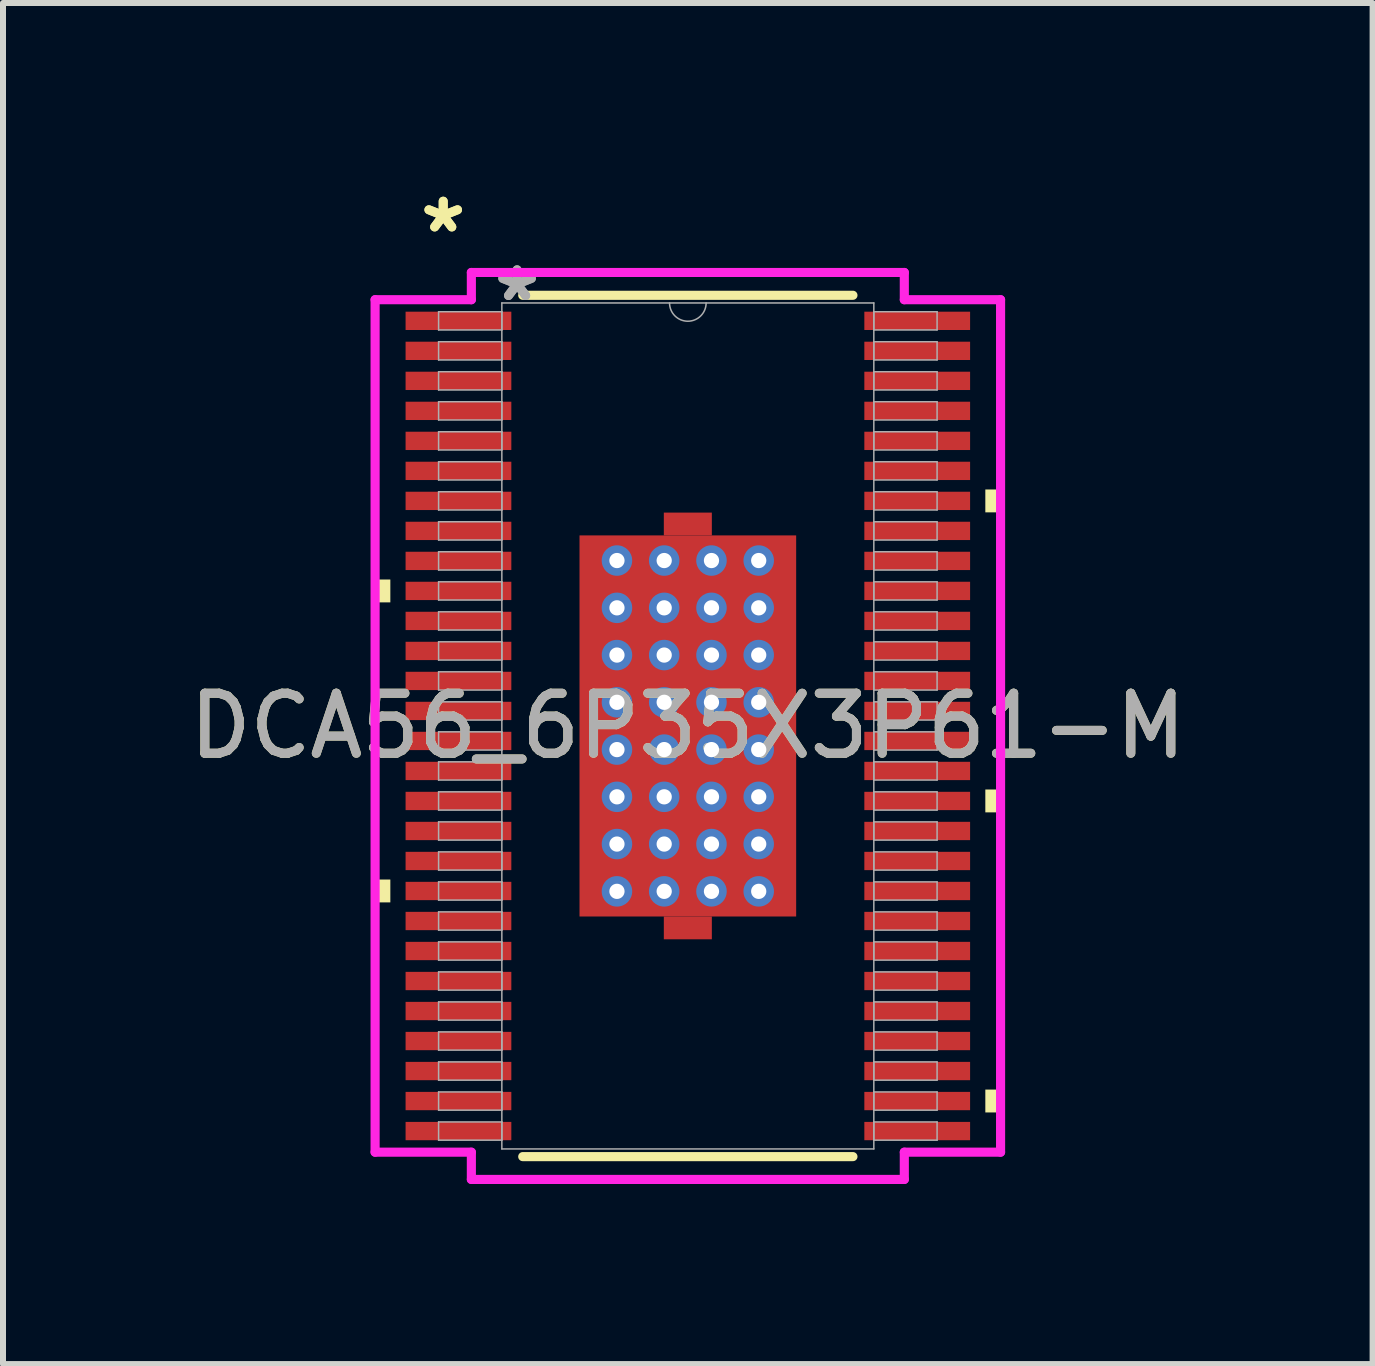
<source format=kicad_pcb>
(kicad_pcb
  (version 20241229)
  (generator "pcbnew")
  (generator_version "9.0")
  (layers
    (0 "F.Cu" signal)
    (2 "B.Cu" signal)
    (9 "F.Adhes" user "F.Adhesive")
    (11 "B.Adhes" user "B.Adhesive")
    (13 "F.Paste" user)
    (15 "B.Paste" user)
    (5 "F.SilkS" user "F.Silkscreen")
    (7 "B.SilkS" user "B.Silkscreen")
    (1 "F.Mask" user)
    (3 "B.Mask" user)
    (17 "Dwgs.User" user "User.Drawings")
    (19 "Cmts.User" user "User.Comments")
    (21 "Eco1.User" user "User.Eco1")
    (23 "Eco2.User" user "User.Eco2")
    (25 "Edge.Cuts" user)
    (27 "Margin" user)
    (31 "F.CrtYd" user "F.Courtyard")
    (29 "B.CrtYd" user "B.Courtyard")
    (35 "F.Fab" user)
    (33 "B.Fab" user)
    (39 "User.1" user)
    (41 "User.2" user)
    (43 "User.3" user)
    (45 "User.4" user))
  (footprint "DCA56_6P35X3P61-M"
    (layer "F.Cu")
    (at 8.411 9.046)
    (property "Reference" "DCA56_6P35X3P61-M" (at 0 0 0) (unlocked yes) (layer "F.SilkS") (effects (font (size 1 1) (thickness 0.15))))
    (attr smd)
    (fp_poly (pts (xy -0.4 -3.175) (xy -0.4 -3.555) (xy 0.4 -3.555) (xy 0.4 -3.175)) (stroke (width 0) (type solid)) (fill yes) (layer "F.Cu"))
    (fp_poly (pts (xy -0.4 3.175) (xy -0.4 3.555) (xy 0.4 3.555) (xy 0.4 3.175)) (stroke (width 0) (type solid)) (fill yes) (layer "F.Cu"))
    (fp_poly (pts (xy -1.869 -3.239) (xy -1.381 -3.239) (xy -1.381 3.239) (xy -1.869 3.239)) (stroke (width 0) (type solid)) (fill yes) (layer "F.Mask"))
    (fp_poly (pts (xy -1.869 -3.239) (xy 1.869 -3.239) (xy 1.869 -2.956) (xy -1.869 -2.956)) (stroke (width 0) (type solid)) (fill yes) (layer "F.Mask"))
    (fp_poly (pts (xy -1.869 -2.556) (xy 1.869 -2.556) (xy 1.869 -2.168) (xy -1.869 -2.168)) (stroke (width 0) (type solid)) (fill yes) (layer "F.Mask"))
    (fp_poly (pts (xy -1.869 -1.768) (xy 1.869 -1.768) (xy 1.869 -1.381) (xy -1.869 -1.381)) (stroke (width 0) (type solid)) (fill yes) (layer "F.Mask"))
    (fp_poly (pts (xy -1.869 -0.981) (xy 1.869 -0.981) (xy 1.869 -0.594) (xy -1.869 -0.594)) (stroke (width 0) (type solid)) (fill yes) (layer "F.Mask"))
    (fp_poly (pts (xy -1.869 -0.194) (xy 1.869 -0.194) (xy 1.869 0.194) (xy -1.869 0.194)) (stroke (width 0) (type solid)) (fill yes) (layer "F.Mask"))
    (fp_poly (pts (xy -1.869 0.594) (xy 1.869 0.594) (xy 1.869 0.981) (xy -1.869 0.981)) (stroke (width 0) (type solid)) (fill yes) (layer "F.Mask"))
    (fp_poly (pts (xy -1.869 1.381) (xy 1.869 1.381) (xy 1.869 1.768) (xy -1.869 1.768)) (stroke (width 0) (type solid)) (fill yes) (layer "F.Mask"))
    (fp_poly (pts (xy -1.869 2.168) (xy 1.869 2.168) (xy 1.869 2.556) (xy -1.869 2.556)) (stroke (width 0) (type solid)) (fill yes) (layer "F.Mask"))
    (fp_poly (pts (xy -1.869 2.956) (xy 1.869 2.956) (xy 1.869 3.239) (xy -1.869 3.239)) (stroke (width 0) (type solid)) (fill yes) (layer "F.Mask"))
    (fp_poly (pts (xy -0.594 -3.239) (xy -0.981 -3.239) (xy -0.981 3.239) (xy -0.594 3.239)) (stroke (width 0) (type solid)) (fill yes) (layer "F.Mask"))
    (fp_poly (pts (xy -0.4 -3.175) (xy -0.4 -3.555) (xy 0.4 -3.555) (xy 0.4 -3.175)) (stroke (width 0) (type solid)) (fill yes) (layer "F.Mask"))
    (fp_poly (pts (xy -0.4 3.175) (xy -0.4 3.555) (xy 0.4 3.555) (xy 0.4 3.175)) (stroke (width 0) (type solid)) (fill yes) (layer "F.Mask"))
    (fp_poly (pts (xy 0.194 -3.239) (xy -0.194 -3.239) (xy -0.194 3.239) (xy 0.194 3.239)) (stroke (width 0) (type solid)) (fill yes) (layer "F.Mask"))
    (fp_poly (pts (xy 0.981 -3.239) (xy 0.594 -3.239) (xy 0.594 3.239) (xy 0.981 3.239)) (stroke (width 0) (type solid)) (fill yes) (layer "F.Mask"))
    (fp_poly (pts (xy 1.381 -3.239) (xy 1.869 -3.239) (xy 1.869 3.239) (xy 1.381 3.239)) (stroke (width 0) (type solid)) (fill yes) (layer "F.Mask"))
    (fp_line (start -2.751 7.176) (end 2.751 7.176) (stroke (width 0.152) (type solid)) (layer "F.SilkS"))
    (fp_line (start 2.751 -7.176) (end -2.751 -7.176) (stroke (width 0.152) (type solid)) (layer "F.SilkS"))
    (fp_poly (pts (xy -5.211 -2.44) (xy -5.211 -2.059) (xy -4.957 -2.059) (xy -4.957 -2.44)) (stroke (width 0) (type solid)) (fill yes) (layer "F.SilkS"))
    (fp_poly (pts (xy -5.211 2.559) (xy -5.211 2.94) (xy -4.957 2.94) (xy -4.957 2.559)) (stroke (width 0) (type solid)) (fill yes) (layer "F.SilkS"))
    (fp_poly (pts (xy 5.211 -3.94) (xy 5.211 -3.559) (xy 4.957 -3.559) (xy 4.957 -3.94)) (stroke (width 0) (type solid)) (fill yes) (layer "F.SilkS"))
    (fp_poly (pts (xy 5.211 1.059) (xy 5.211 1.44) (xy 4.957 1.44) (xy 4.957 1.059)) (stroke (width 0) (type solid)) (fill yes) (layer "F.SilkS"))
    (fp_poly (pts (xy 5.211 6.059) (xy 5.211 6.44) (xy 4.957 6.44) (xy 4.957 6.059)) (stroke (width 0) (type solid)) (fill yes) (layer "F.SilkS"))
    (fp_poly (pts (xy -1.73 -3.1) (xy -1.73 -2.856) (xy -1.423 -2.856) (xy -1.281 -2.997) (xy -1.281 -3.1)) (stroke (width 0) (type solid)) (fill yes) (layer "F.Paste"))
    (fp_poly (pts (xy -1.73 2.856) (xy -1.73 3.1) (xy -1.281 3.1) (xy -1.281 2.997) (xy -1.423 2.856)) (stroke (width 0) (type solid)) (fill yes) (layer "F.Paste"))
    (fp_poly (pts (xy 1.281 -3.1) (xy 1.281 -2.997) (xy 1.423 -2.856) (xy 1.73 -2.856) (xy 1.73 -3.1)) (stroke (width 0) (type solid)) (fill yes) (layer "F.Paste"))
    (fp_poly (pts (xy 1.423 2.856) (xy 1.281 2.997) (xy 1.281 3.1) (xy 1.73 3.1) (xy 1.73 2.856)) (stroke (width 0) (type solid)) (fill yes) (layer "F.Paste"))
    (fp_poly (pts (xy -1.73 -2.656) (xy -1.73 -2.068) (xy -1.423 -2.068) (xy -1.281 -2.21) (xy -1.281 -2.514) (xy -1.423 -2.656)) (stroke (width 0) (type solid)) (fill yes) (layer "F.Paste"))
    (fp_poly (pts (xy -1.73 -1.869) (xy -1.73 -1.281) (xy -1.423 -1.281) (xy -1.281 -1.423) (xy -1.281 -1.727) (xy -1.423 -1.869)) (stroke (width 0) (type solid)) (fill yes) (layer "F.Paste"))
    (fp_poly (pts (xy -1.73 -1.081) (xy -1.73 -0.494) (xy -1.423 -0.494) (xy -1.281 -0.635) (xy -1.281 -0.94) (xy -1.423 -1.081)) (stroke (width 0) (type solid)) (fill yes) (layer "F.Paste"))
    (fp_poly (pts (xy -1.73 -0.294) (xy -1.73 0.294) (xy -1.423 0.294) (xy -1.281 0.152) (xy -1.281 -0.152) (xy -1.423 -0.294)) (stroke (width 0) (type solid)) (fill yes) (layer "F.Paste"))
    (fp_poly (pts (xy -1.73 0.494) (xy -1.73 1.081) (xy -1.423 1.081) (xy -1.281 0.94) (xy -1.281 0.635) (xy -1.423 0.494)) (stroke (width 0) (type solid)) (fill yes) (layer "F.Paste"))
    (fp_poly (pts (xy -1.73 1.281) (xy -1.73 1.869) (xy -1.423 1.869) (xy -1.281 1.727) (xy -1.281 1.423) (xy -1.423 1.281)) (stroke (width 0) (type solid)) (fill yes) (layer "F.Paste"))
    (fp_poly (pts (xy -1.73 2.068) (xy -1.73 2.656) (xy -1.423 2.656) (xy -1.281 2.514) (xy -1.281 2.21) (xy -1.423 2.068)) (stroke (width 0) (type solid)) (fill yes) (layer "F.Paste"))
    (fp_poly (pts (xy -1.081 -3.1) (xy -1.081 -2.997) (xy -0.94 -2.856) (xy -0.635 -2.856) (xy -0.494 -2.997) (xy -0.494 -3.1)) (stroke (width 0) (type solid)) (fill yes) (layer "F.Paste"))
    (fp_poly (pts (xy -0.94 2.856) (xy -1.081 2.997) (xy -1.081 3.1) (xy -0.494 3.1) (xy -0.494 2.997) (xy -0.635 2.856)) (stroke (width 0) (type solid)) (fill yes) (layer "F.Paste"))
    (fp_poly (pts (xy -0.294 -3.1) (xy -0.294 -2.997) (xy -0.152 -2.856) (xy 0.152 -2.856) (xy 0.294 -2.997) (xy 0.294 -3.1)) (stroke (width 0) (type solid)) (fill yes) (layer "F.Paste"))
    (fp_poly (pts (xy -0.152 2.856) (xy -0.294 2.997) (xy -0.294 3.1) (xy 0.294 3.1) (xy 0.294 2.997) (xy 0.152 2.856)) (stroke (width 0) (type solid)) (fill yes) (layer "F.Paste"))
    (fp_poly (pts (xy 0.494 -3.1) (xy 0.494 -2.997) (xy 0.635 -2.856) (xy 0.94 -2.856) (xy 1.081 -2.997) (xy 1.081 -3.1)) (stroke (width 0) (type solid)) (fill yes) (layer "F.Paste"))
    (fp_poly (pts (xy 0.635 2.856) (xy 0.494 2.997) (xy 0.494 3.1) (xy 1.081 3.1) (xy 1.081 2.997) (xy 0.94 2.856)) (stroke (width 0) (type solid)) (fill yes) (layer "F.Paste"))
    (fp_poly (pts (xy 1.423 -2.656) (xy 1.281 -2.514) (xy 1.281 -2.21) (xy 1.423 -2.068) (xy 1.73 -2.068) (xy 1.73 -2.656)) (stroke (width 0) (type solid)) (fill yes) (layer "F.Paste"))
    (fp_poly (pts (xy 1.423 -1.869) (xy 1.281 -1.727) (xy 1.281 -1.423) (xy 1.423 -1.281) (xy 1.73 -1.281) (xy 1.73 -1.869)) (stroke (width 0) (type solid)) (fill yes) (layer "F.Paste"))
    (fp_poly (pts (xy 1.423 -1.081) (xy 1.281 -0.94) (xy 1.281 -0.635) (xy 1.423 -0.494) (xy 1.73 -0.494) (xy 1.73 -1.081)) (stroke (width 0) (type solid)) (fill yes) (layer "F.Paste"))
    (fp_poly (pts (xy 1.423 -0.294) (xy 1.281 -0.152) (xy 1.281 0.152) (xy 1.423 0.294) (xy 1.73 0.294) (xy 1.73 -0.294)) (stroke (width 0) (type solid)) (fill yes) (layer "F.Paste"))
    (fp_poly (pts (xy 1.423 0.494) (xy 1.281 0.635) (xy 1.281 0.94) (xy 1.423 1.081) (xy 1.73 1.081) (xy 1.73 0.494)) (stroke (width 0) (type solid)) (fill yes) (layer "F.Paste"))
    (fp_poly (pts (xy 1.423 1.281) (xy 1.281 1.423) (xy 1.281 1.727) (xy 1.423 1.869) (xy 1.73 1.869) (xy 1.73 1.281)) (stroke (width 0) (type solid)) (fill yes) (layer "F.Paste"))
    (fp_poly (pts (xy 1.423 2.068) (xy 1.281 2.21) (xy 1.281 2.514) (xy 1.423 2.656) (xy 1.73 2.656) (xy 1.73 2.068)) (stroke (width 0) (type solid)) (fill yes) (layer "F.Paste"))
    (fp_poly (pts (xy -0.94 -2.656) (xy -1.081 -2.514) (xy -1.081 -2.21) (xy -0.94 -2.068) (xy -0.635 -2.068) (xy -0.494 -2.21) (xy -0.494 -2.514) (xy -0.635 -2.656)) (stroke (width 0) (type solid)) (fill yes) (layer "F.Paste"))
    (fp_poly (pts (xy -0.94 -1.869) (xy -1.081 -1.727) (xy -1.081 -1.423) (xy -0.94 -1.281) (xy -0.635 -1.281) (xy -0.494 -1.423) (xy -0.494 -1.727) (xy -0.635 -1.869)) (stroke (width 0) (type solid)) (fill yes) (layer "F.Paste"))
    (fp_poly (pts (xy -0.94 -1.081) (xy -1.081 -0.94) (xy -1.081 -0.635) (xy -0.94 -0.494) (xy -0.635 -0.494) (xy -0.494 -0.635) (xy -0.494 -0.94) (xy -0.635 -1.081)) (stroke (width 0) (type solid)) (fill yes) (layer "F.Paste"))
    (fp_poly (pts (xy -0.94 -0.294) (xy -1.081 -0.152) (xy -1.081 0.152) (xy -0.94 0.294) (xy -0.635 0.294) (xy -0.494 0.152) (xy -0.494 -0.152) (xy -0.635 -0.294)) (stroke (width 0) (type solid)) (fill yes) (layer "F.Paste"))
    (fp_poly (pts (xy -0.94 0.494) (xy -1.081 0.635) (xy -1.081 0.94) (xy -0.94 1.081) (xy -0.635 1.081) (xy -0.494 0.94) (xy -0.494 0.635) (xy -0.635 0.494)) (stroke (width 0) (type solid)) (fill yes) (layer "F.Paste"))
    (fp_poly (pts (xy -0.94 1.281) (xy -1.081 1.423) (xy -1.081 1.727) (xy -0.94 1.869) (xy -0.635 1.869) (xy -0.494 1.727) (xy -0.494 1.423) (xy -0.635 1.281)) (stroke (width 0) (type solid)) (fill yes) (layer "F.Paste"))
    (fp_poly (pts (xy -0.94 2.068) (xy -1.081 2.21) (xy -1.081 2.514) (xy -0.94 2.656) (xy -0.635 2.656) (xy -0.494 2.514) (xy -0.494 2.21) (xy -0.635 2.068)) (stroke (width 0) (type solid)) (fill yes) (layer "F.Paste"))
    (fp_poly (pts (xy -0.152 -2.656) (xy -0.294 -2.514) (xy -0.294 -2.21) (xy -0.152 -2.068) (xy 0.152 -2.068) (xy 0.294 -2.21) (xy 0.294 -2.514) (xy 0.152 -2.656)) (stroke (width 0) (type solid)) (fill yes) (layer "F.Paste"))
    (fp_poly (pts (xy -0.152 -1.869) (xy -0.294 -1.727) (xy -0.294 -1.423) (xy -0.152 -1.281) (xy 0.152 -1.281) (xy 0.294 -1.423) (xy 0.294 -1.727) (xy 0.152 -1.869)) (stroke (width 0) (type solid)) (fill yes) (layer "F.Paste"))
    (fp_poly (pts (xy -0.152 -1.081) (xy -0.294 -0.94) (xy -0.294 -0.635) (xy -0.152 -0.494) (xy 0.152 -0.494) (xy 0.294 -0.635) (xy 0.294 -0.94) (xy 0.152 -1.081)) (stroke (width 0) (type solid)) (fill yes) (layer "F.Paste"))
    (fp_poly (pts (xy -0.152 -0.294) (xy -0.294 -0.152) (xy -0.294 0.152) (xy -0.152 0.294) (xy 0.152 0.294) (xy 0.294 0.152) (xy 0.294 -0.152) (xy 0.152 -0.294)) (stroke (width 0) (type solid)) (fill yes) (layer "F.Paste"))
    (fp_poly (pts (xy -0.152 0.494) (xy -0.294 0.635) (xy -0.294 0.94) (xy -0.152 1.081) (xy 0.152 1.081) (xy 0.294 0.94) (xy 0.294 0.635) (xy 0.152 0.494)) (stroke (width 0) (type solid)) (fill yes) (layer "F.Paste"))
    (fp_poly (pts (xy -0.152 1.281) (xy -0.294 1.423) (xy -0.294 1.727) (xy -0.152 1.869) (xy 0.152 1.869) (xy 0.294 1.727) (xy 0.294 1.423) (xy 0.152 1.281)) (stroke (width 0) (type solid)) (fill yes) (layer "F.Paste"))
    (fp_poly (pts (xy -0.152 2.068) (xy -0.294 2.21) (xy -0.294 2.514) (xy -0.152 2.656) (xy 0.152 2.656) (xy 0.294 2.514) (xy 0.294 2.21) (xy 0.152 2.068)) (stroke (width 0) (type solid)) (fill yes) (layer "F.Paste"))
    (fp_poly (pts (xy 0.635 -2.656) (xy 0.494 -2.514) (xy 0.494 -2.21) (xy 0.635 -2.068) (xy 0.94 -2.068) (xy 1.081 -2.21) (xy 1.081 -2.514) (xy 0.94 -2.656)) (stroke (width 0) (type solid)) (fill yes) (layer "F.Paste"))
    (fp_poly (pts (xy 0.635 -1.869) (xy 0.494 -1.727) (xy 0.494 -1.423) (xy 0.635 -1.281) (xy 0.94 -1.281) (xy 1.081 -1.423) (xy 1.081 -1.727) (xy 0.94 -1.869)) (stroke (width 0) (type solid)) (fill yes) (layer "F.Paste"))
    (fp_poly (pts (xy 0.635 -1.081) (xy 0.494 -0.94) (xy 0.494 -0.635) (xy 0.635 -0.494) (xy 0.94 -0.494) (xy 1.081 -0.635) (xy 1.081 -0.94) (xy 0.94 -1.081)) (stroke (width 0) (type solid)) (fill yes) (layer "F.Paste"))
    (fp_poly (pts (xy 0.635 -0.294) (xy 0.494 -0.152) (xy 0.494 0.152) (xy 0.635 0.294) (xy 0.94 0.294) (xy 1.081 0.152) (xy 1.081 -0.152) (xy 0.94 -0.294)) (stroke (width 0) (type solid)) (fill yes) (layer "F.Paste"))
    (fp_poly (pts (xy 0.635 0.494) (xy 0.494 0.635) (xy 0.494 0.94) (xy 0.635 1.081) (xy 0.94 1.081) (xy 1.081 0.94) (xy 1.081 0.635) (xy 0.94 0.494)) (stroke (width 0) (type solid)) (fill yes) (layer "F.Paste"))
    (fp_poly (pts (xy 0.635 1.281) (xy 0.494 1.423) (xy 0.494 1.727) (xy 0.635 1.869) (xy 0.94 1.869) (xy 1.081 1.727) (xy 1.081 1.423) (xy 0.94 1.281)) (stroke (width 0) (type solid)) (fill yes) (layer "F.Paste"))
    (fp_poly (pts (xy 0.635 2.068) (xy 0.494 2.21) (xy 0.494 2.514) (xy 0.635 2.656) (xy 0.94 2.656) (xy 1.081 2.514) (xy 1.081 2.21) (xy 0.94 2.068)) (stroke (width 0) (type solid)) (fill yes) (layer "F.Paste"))
    (fp_line (start -5.211 -7.102) (end -3.607 -7.102) (stroke (width 0.152) (type solid)) (layer "F.CrtYd"))
    (fp_line (start -5.211 7.102) (end -5.211 -7.102) (stroke (width 0.152) (type solid)) (layer "F.CrtYd"))
    (fp_line (start -5.211 7.102) (end -3.607 7.102) (stroke (width 0.152) (type solid)) (layer "F.CrtYd"))
    (fp_line (start -3.607 -7.556) (end 3.607 -7.556) (stroke (width 0.152) (type solid)) (layer "F.CrtYd"))
    (fp_line (start -3.607 -7.102) (end -3.607 -7.556) (stroke (width 0.152) (type solid)) (layer "F.CrtYd"))
    (fp_line (start -3.607 7.556) (end -3.607 7.102) (stroke (width 0.152) (type solid)) (layer "F.CrtYd"))
    (fp_line (start 3.607 -7.556) (end 3.607 -7.102) (stroke (width 0.152) (type solid)) (layer "F.CrtYd"))
    (fp_line (start 3.607 7.102) (end 3.607 7.556) (stroke (width 0.152) (type solid)) (layer "F.CrtYd"))
    (fp_line (start 3.607 7.556) (end -3.607 7.556) (stroke (width 0.152) (type solid)) (layer "F.CrtYd"))
    (fp_line (start 5.211 -7.102) (end 3.607 -7.102) (stroke (width 0.152) (type solid)) (layer "F.CrtYd"))
    (fp_line (start 5.211 -7.102) (end 5.211 7.102) (stroke (width 0.152) (type solid)) (layer "F.CrtYd"))
    (fp_line (start 5.211 7.102) (end 3.607 7.102) (stroke (width 0.152) (type solid)) (layer "F.CrtYd"))
    (fp_line (start -4.153 -6.902) (end -4.153 -6.598) (stroke (width 0.025) (type solid)) (layer "F.Fab"))
    (fp_line (start -4.153 -6.598) (end -3.099 -6.598) (stroke (width 0.025) (type solid)) (layer "F.Fab"))
    (fp_line (start -4.153 -6.402) (end -4.153 -6.098) (stroke (width 0.025) (type solid)) (layer "F.Fab"))
    (fp_line (start -4.153 -6.098) (end -3.099 -6.098) (stroke (width 0.025) (type solid)) (layer "F.Fab"))
    (fp_line (start -4.153 -5.902) (end -4.153 -5.598) (stroke (width 0.025) (type solid)) (layer "F.Fab"))
    (fp_line (start -4.153 -5.598) (end -3.099 -5.598) (stroke (width 0.025) (type solid)) (layer "F.Fab"))
    (fp_line (start -4.153 -5.402) (end -4.153 -5.098) (stroke (width 0.025) (type solid)) (layer "F.Fab"))
    (fp_line (start -4.153 -5.098) (end -3.099 -5.098) (stroke (width 0.025) (type solid)) (layer "F.Fab"))
    (fp_line (start -4.153 -4.902) (end -4.153 -4.598) (stroke (width 0.025) (type solid)) (layer "F.Fab"))
    (fp_line (start -4.153 -4.598) (end -3.099 -4.598) (stroke (width 0.025) (type solid)) (layer "F.Fab"))
    (fp_line (start -4.153 -4.402) (end -4.153 -4.098) (stroke (width 0.025) (type solid)) (layer "F.Fab"))
    (fp_line (start -4.153 -4.098) (end -3.099 -4.098) (stroke (width 0.025) (type solid)) (layer "F.Fab"))
    (fp_line (start -4.153 -3.902) (end -4.153 -3.598) (stroke (width 0.025) (type solid)) (layer "F.Fab"))
    (fp_line (start -4.153 -3.598) (end -3.099 -3.598) (stroke (width 0.025) (type solid)) (layer "F.Fab"))
    (fp_line (start -4.153 -3.402) (end -4.153 -3.098) (stroke (width 0.025) (type solid)) (layer "F.Fab"))
    (fp_line (start -4.153 -3.098) (end -3.099 -3.098) (stroke (width 0.025) (type solid)) (layer "F.Fab"))
    (fp_line (start -4.153 -2.902) (end -4.153 -2.598) (stroke (width 0.025) (type solid)) (layer "F.Fab"))
    (fp_line (start -4.153 -2.598) (end -3.099 -2.598) (stroke (width 0.025) (type solid)) (layer "F.Fab"))
    (fp_line (start -4.153 -2.402) (end -4.153 -2.098) (stroke (width 0.025) (type solid)) (layer "F.Fab"))
    (fp_line (start -4.153 -2.098) (end -3.099 -2.098) (stroke (width 0.025) (type solid)) (layer "F.Fab"))
    (fp_line (start -4.153 -1.902) (end -4.153 -1.598) (stroke (width 0.025) (type solid)) (layer "F.Fab"))
    (fp_line (start -4.153 -1.598) (end -3.099 -1.598) (stroke (width 0.025) (type solid)) (layer "F.Fab"))
    (fp_line (start -4.153 -1.402) (end -4.153 -1.098) (stroke (width 0.025) (type solid)) (layer "F.Fab"))
    (fp_line (start -4.153 -1.098) (end -3.099 -1.098) (stroke (width 0.025) (type solid)) (layer "F.Fab"))
    (fp_line (start -4.153 -0.902) (end -4.153 -0.598) (stroke (width 0.025) (type solid)) (layer "F.Fab"))
    (fp_line (start -4.153 -0.598) (end -3.099 -0.598) (stroke (width 0.025) (type solid)) (layer "F.Fab"))
    (fp_line (start -4.153 -0.402) (end -4.153 -0.098) (stroke (width 0.025) (type solid)) (layer "F.Fab"))
    (fp_line (start -4.153 -0.098) (end -3.099 -0.098) (stroke (width 0.025) (type solid)) (layer "F.Fab"))
    (fp_line (start -4.153 0.098) (end -4.153 0.402) (stroke (width 0.025) (type solid)) (layer "F.Fab"))
    (fp_line (start -4.153 0.402) (end -3.099 0.402) (stroke (width 0.025) (type solid)) (layer "F.Fab"))
    (fp_line (start -4.153 0.598) (end -4.153 0.902) (stroke (width 0.025) (type solid)) (layer "F.Fab"))
    (fp_line (start -4.153 0.902) (end -3.099 0.902) (stroke (width 0.025) (type solid)) (layer "F.Fab"))
    (fp_line (start -4.153 1.098) (end -4.153 1.402) (stroke (width 0.025) (type solid)) (layer "F.Fab"))
    (fp_line (start -4.153 1.402) (end -3.099 1.402) (stroke (width 0.025) (type solid)) (layer "F.Fab"))
    (fp_line (start -4.153 1.598) (end -4.153 1.902) (stroke (width 0.025) (type solid)) (layer "F.Fab"))
    (fp_line (start -4.153 1.902) (end -3.099 1.902) (stroke (width 0.025) (type solid)) (layer "F.Fab"))
    (fp_line (start -4.153 2.098) (end -4.153 2.402) (stroke (width 0.025) (type solid)) (layer "F.Fab"))
    (fp_line (start -4.153 2.402) (end -3.099 2.402) (stroke (width 0.025) (type solid)) (layer "F.Fab"))
    (fp_line (start -4.153 2.598) (end -4.153 2.902) (stroke (width 0.025) (type solid)) (layer "F.Fab"))
    (fp_line (start -4.153 2.902) (end -3.099 2.902) (stroke (width 0.025) (type solid)) (layer "F.Fab"))
    (fp_line (start -4.153 3.098) (end -4.153 3.402) (stroke (width 0.025) (type solid)) (layer "F.Fab"))
    (fp_line (start -4.153 3.402) (end -3.099 3.402) (stroke (width 0.025) (type solid)) (layer "F.Fab"))
    (fp_line (start -4.153 3.598) (end -4.153 3.902) (stroke (width 0.025) (type solid)) (layer "F.Fab"))
    (fp_line (start -4.153 3.902) (end -3.099 3.902) (stroke (width 0.025) (type solid)) (layer "F.Fab"))
    (fp_line (start -4.153 4.098) (end -4.153 4.402) (stroke (width 0.025) (type solid)) (layer "F.Fab"))
    (fp_line (start -4.153 4.402) (end -3.099 4.402) (stroke (width 0.025) (type solid)) (layer "F.Fab"))
    (fp_line (start -4.153 4.598) (end -4.153 4.902) (stroke (width 0.025) (type solid)) (layer "F.Fab"))
    (fp_line (start -4.153 4.902) (end -3.099 4.902) (stroke (width 0.025) (type solid)) (layer "F.Fab"))
    (fp_line (start -4.153 5.098) (end -4.153 5.402) (stroke (width 0.025) (type solid)) (layer "F.Fab"))
    (fp_line (start -4.153 5.402) (end -3.099 5.402) (stroke (width 0.025) (type solid)) (layer "F.Fab"))
    (fp_line (start -4.153 5.598) (end -4.153 5.902) (stroke (width 0.025) (type solid)) (layer "F.Fab"))
    (fp_line (start -4.153 5.902) (end -3.099 5.902) (stroke (width 0.025) (type solid)) (layer "F.Fab"))
    (fp_line (start -4.153 6.098) (end -4.153 6.402) (stroke (width 0.025) (type solid)) (layer "F.Fab"))
    (fp_line (start -4.153 6.402) (end -3.099 6.402) (stroke (width 0.025) (type solid)) (layer "F.Fab"))
    (fp_line (start -4.153 6.598) (end -4.153 6.902) (stroke (width 0.025) (type solid)) (layer "F.Fab"))
    (fp_line (start -4.153 6.902) (end -3.099 6.902) (stroke (width 0.025) (type solid)) (layer "F.Fab"))
    (fp_line (start -3.099 -7.048) (end -3.099 7.048) (stroke (width 0.025) (type solid)) (layer "F.Fab"))
    (fp_line (start -3.099 -6.902) (end -4.153 -6.902) (stroke (width 0.025) (type solid)) (layer "F.Fab"))
    (fp_line (start -3.099 -6.598) (end -3.099 -6.902) (stroke (width 0.025) (type solid)) (layer "F.Fab"))
    (fp_line (start -3.099 -6.402) (end -4.153 -6.402) (stroke (width 0.025) (type solid)) (layer "F.Fab"))
    (fp_line (start -3.099 -6.098) (end -3.099 -6.402) (stroke (width 0.025) (type solid)) (layer "F.Fab"))
    (fp_line (start -3.099 -5.902) (end -4.153 -5.902) (stroke (width 0.025) (type solid)) (layer "F.Fab"))
    (fp_line (start -3.099 -5.598) (end -3.099 -5.902) (stroke (width 0.025) (type solid)) (layer "F.Fab"))
    (fp_line (start -3.099 -5.402) (end -4.153 -5.402) (stroke (width 0.025) (type solid)) (layer "F.Fab"))
    (fp_line (start -3.099 -5.098) (end -3.099 -5.402) (stroke (width 0.025) (type solid)) (layer "F.Fab"))
    (fp_line (start -3.099 -4.902) (end -4.153 -4.902) (stroke (width 0.025) (type solid)) (layer "F.Fab"))
    (fp_line (start -3.099 -4.598) (end -3.099 -4.902) (stroke (width 0.025) (type solid)) (layer "F.Fab"))
    (fp_line (start -3.099 -4.402) (end -4.153 -4.402) (stroke (width 0.025) (type solid)) (layer "F.Fab"))
    (fp_line (start -3.099 -4.098) (end -3.099 -4.402) (stroke (width 0.025) (type solid)) (layer "F.Fab"))
    (fp_line (start -3.099 -3.902) (end -4.153 -3.902) (stroke (width 0.025) (type solid)) (layer "F.Fab"))
    (fp_line (start -3.099 -3.598) (end -3.099 -3.902) (stroke (width 0.025) (type solid)) (layer "F.Fab"))
    (fp_line (start -3.099 -3.402) (end -4.153 -3.402) (stroke (width 0.025) (type solid)) (layer "F.Fab"))
    (fp_line (start -3.099 -3.098) (end -3.099 -3.402) (stroke (width 0.025) (type solid)) (layer "F.Fab"))
    (fp_line (start -3.099 -2.902) (end -4.153 -2.902) (stroke (width 0.025) (type solid)) (layer "F.Fab"))
    (fp_line (start -3.099 -2.598) (end -3.099 -2.902) (stroke (width 0.025) (type solid)) (layer "F.Fab"))
    (fp_line (start -3.099 -2.402) (end -4.153 -2.402) (stroke (width 0.025) (type solid)) (layer "F.Fab"))
    (fp_line (start -3.099 -2.098) (end -3.099 -2.402) (stroke (width 0.025) (type solid)) (layer "F.Fab"))
    (fp_line (start -3.099 -1.902) (end -4.153 -1.902) (stroke (width 0.025) (type solid)) (layer "F.Fab"))
    (fp_line (start -3.099 -1.598) (end -3.099 -1.902) (stroke (width 0.025) (type solid)) (layer "F.Fab"))
    (fp_line (start -3.099 -1.402) (end -4.153 -1.402) (stroke (width 0.025) (type solid)) (layer "F.Fab"))
    (fp_line (start -3.099 -1.098) (end -3.099 -1.402) (stroke (width 0.025) (type solid)) (layer "F.Fab"))
    (fp_line (start -3.099 -0.902) (end -4.153 -0.902) (stroke (width 0.025) (type solid)) (layer "F.Fab"))
    (fp_line (start -3.099 -0.598) (end -3.099 -0.902) (stroke (width 0.025) (type solid)) (layer "F.Fab"))
    (fp_line (start -3.099 -0.402) (end -4.153 -0.402) (stroke (width 0.025) (type solid)) (layer "F.Fab"))
    (fp_line (start -3.099 -0.098) (end -3.099 -0.402) (stroke (width 0.025) (type solid)) (layer "F.Fab"))
    (fp_line (start -3.099 0.098) (end -4.153 0.098) (stroke (width 0.025) (type solid)) (layer "F.Fab"))
    (fp_line (start -3.099 0.402) (end -3.099 0.098) (stroke (width 0.025) (type solid)) (layer "F.Fab"))
    (fp_line (start -3.099 0.598) (end -4.153 0.598) (stroke (width 0.025) (type solid)) (layer "F.Fab"))
    (fp_line (start -3.099 0.902) (end -3.099 0.598) (stroke (width 0.025) (type solid)) (layer "F.Fab"))
    (fp_line (start -3.099 1.098) (end -4.153 1.098) (stroke (width 0.025) (type solid)) (layer "F.Fab"))
    (fp_line (start -3.099 1.402) (end -3.099 1.098) (stroke (width 0.025) (type solid)) (layer "F.Fab"))
    (fp_line (start -3.099 1.598) (end -4.153 1.598) (stroke (width 0.025) (type solid)) (layer "F.Fab"))
    (fp_line (start -3.099 1.902) (end -3.099 1.598) (stroke (width 0.025) (type solid)) (layer "F.Fab"))
    (fp_line (start -3.099 2.098) (end -4.153 2.098) (stroke (width 0.025) (type solid)) (layer "F.Fab"))
    (fp_line (start -3.099 2.402) (end -3.099 2.098) (stroke (width 0.025) (type solid)) (layer "F.Fab"))
    (fp_line (start -3.099 2.598) (end -4.153 2.598) (stroke (width 0.025) (type solid)) (layer "F.Fab"))
    (fp_line (start -3.099 2.902) (end -3.099 2.598) (stroke (width 0.025) (type solid)) (layer "F.Fab"))
    (fp_line (start -3.099 3.098) (end -4.153 3.098) (stroke (width 0.025) (type solid)) (layer "F.Fab"))
    (fp_line (start -3.099 3.402) (end -3.099 3.098) (stroke (width 0.025) (type solid)) (layer "F.Fab"))
    (fp_line (start -3.099 3.598) (end -4.153 3.598) (stroke (width 0.025) (type solid)) (layer "F.Fab"))
    (fp_line (start -3.099 3.902) (end -3.099 3.598) (stroke (width 0.025) (type solid)) (layer "F.Fab"))
    (fp_line (start -3.099 4.098) (end -4.153 4.098) (stroke (width 0.025) (type solid)) (layer "F.Fab"))
    (fp_line (start -3.099 4.402) (end -3.099 4.098) (stroke (width 0.025) (type solid)) (layer "F.Fab"))
    (fp_line (start -3.099 4.598) (end -4.153 4.598) (stroke (width 0.025) (type solid)) (layer "F.Fab"))
    (fp_line (start -3.099 4.902) (end -3.099 4.598) (stroke (width 0.025) (type solid)) (layer "F.Fab"))
    (fp_line (start -3.099 5.098) (end -4.153 5.098) (stroke (width 0.025) (type solid)) (layer "F.Fab"))
    (fp_line (start -3.099 5.402) (end -3.099 5.098) (stroke (width 0.025) (type solid)) (layer "F.Fab"))
    (fp_line (start -3.099 5.598) (end -4.153 5.598) (stroke (width 0.025) (type solid)) (layer "F.Fab"))
    (fp_line (start -3.099 5.902) (end -3.099 5.598) (stroke (width 0.025) (type solid)) (layer "F.Fab"))
    (fp_line (start -3.099 6.098) (end -4.153 6.098) (stroke (width 0.025) (type solid)) (layer "F.Fab"))
    (fp_line (start -3.099 6.402) (end -3.099 6.098) (stroke (width 0.025) (type solid)) (layer "F.Fab"))
    (fp_line (start -3.099 6.598) (end -4.153 6.598) (stroke (width 0.025) (type solid)) (layer "F.Fab"))
    (fp_line (start -3.099 6.902) (end -3.099 6.598) (stroke (width 0.025) (type solid)) (layer "F.Fab"))
    (fp_line (start -3.099 7.048) (end 3.099 7.048) (stroke (width 0.025) (type solid)) (layer "F.Fab"))
    (fp_line (start 3.099 -7.048) (end -3.099 -7.048) (stroke (width 0.025) (type solid)) (layer "F.Fab"))
    (fp_line (start 3.099 -6.902) (end 3.099 -6.598) (stroke (width 0.025) (type solid)) (layer "F.Fab"))
    (fp_line (start 3.099 -6.598) (end 4.153 -6.598) (stroke (width 0.025) (type solid)) (layer "F.Fab"))
    (fp_line (start 3.099 -6.402) (end 3.099 -6.098) (stroke (width 0.025) (type solid)) (layer "F.Fab"))
    (fp_line (start 3.099 -6.098) (end 4.153 -6.098) (stroke (width 0.025) (type solid)) (layer "F.Fab"))
    (fp_line (start 3.099 -5.902) (end 3.099 -5.598) (stroke (width 0.025) (type solid)) (layer "F.Fab"))
    (fp_line (start 3.099 -5.598) (end 4.153 -5.598) (stroke (width 0.025) (type solid)) (layer "F.Fab"))
    (fp_line (start 3.099 -5.402) (end 3.099 -5.098) (stroke (width 0.025) (type solid)) (layer "F.Fab"))
    (fp_line (start 3.099 -5.098) (end 4.153 -5.098) (stroke (width 0.025) (type solid)) (layer "F.Fab"))
    (fp_line (start 3.099 -4.902) (end 3.099 -4.598) (stroke (width 0.025) (type solid)) (layer "F.Fab"))
    (fp_line (start 3.099 -4.598) (end 4.153 -4.598) (stroke (width 0.025) (type solid)) (layer "F.Fab"))
    (fp_line (start 3.099 -4.402) (end 3.099 -4.098) (stroke (width 0.025) (type solid)) (layer "F.Fab"))
    (fp_line (start 3.099 -4.098) (end 4.153 -4.098) (stroke (width 0.025) (type solid)) (layer "F.Fab"))
    (fp_line (start 3.099 -3.902) (end 3.099 -3.598) (stroke (width 0.025) (type solid)) (layer "F.Fab"))
    (fp_line (start 3.099 -3.598) (end 4.153 -3.598) (stroke (width 0.025) (type solid)) (layer "F.Fab"))
    (fp_line (start 3.099 -3.402) (end 3.099 -3.098) (stroke (width 0.025) (type solid)) (layer "F.Fab"))
    (fp_line (start 3.099 -3.098) (end 4.153 -3.098) (stroke (width 0.025) (type solid)) (layer "F.Fab"))
    (fp_line (start 3.099 -2.902) (end 3.099 -2.598) (stroke (width 0.025) (type solid)) (layer "F.Fab"))
    (fp_line (start 3.099 -2.598) (end 4.153 -2.598) (stroke (width 0.025) (type solid)) (layer "F.Fab"))
    (fp_line (start 3.099 -2.402) (end 3.099 -2.098) (stroke (width 0.025) (type solid)) (layer "F.Fab"))
    (fp_line (start 3.099 -2.098) (end 4.153 -2.098) (stroke (width 0.025) (type solid)) (layer "F.Fab"))
    (fp_line (start 3.099 -1.902) (end 3.099 -1.598) (stroke (width 0.025) (type solid)) (layer "F.Fab"))
    (fp_line (start 3.099 -1.598) (end 4.153 -1.598) (stroke (width 0.025) (type solid)) (layer "F.Fab"))
    (fp_line (start 3.099 -1.402) (end 3.099 -1.098) (stroke (width 0.025) (type solid)) (layer "F.Fab"))
    (fp_line (start 3.099 -1.098) (end 4.153 -1.098) (stroke (width 0.025) (type solid)) (layer "F.Fab"))
    (fp_line (start 3.099 -0.902) (end 3.099 -0.598) (stroke (width 0.025) (type solid)) (layer "F.Fab"))
    (fp_line (start 3.099 -0.598) (end 4.153 -0.598) (stroke (width 0.025) (type solid)) (layer "F.Fab"))
    (fp_line (start 3.099 -0.402) (end 3.099 -0.098) (stroke (width 0.025) (type solid)) (layer "F.Fab"))
    (fp_line (start 3.099 -0.098) (end 4.153 -0.098) (stroke (width 0.025) (type solid)) (layer "F.Fab"))
    (fp_line (start 3.099 0.098) (end 3.099 0.402) (stroke (width 0.025) (type solid)) (layer "F.Fab"))
    (fp_line (start 3.099 0.402) (end 4.153 0.402) (stroke (width 0.025) (type solid)) (layer "F.Fab"))
    (fp_line (start 3.099 0.598) (end 3.099 0.902) (stroke (width 0.025) (type solid)) (layer "F.Fab"))
    (fp_line (start 3.099 0.902) (end 4.153 0.902) (stroke (width 0.025) (type solid)) (layer "F.Fab"))
    (fp_line (start 3.099 1.098) (end 3.099 1.402) (stroke (width 0.025) (type solid)) (layer "F.Fab"))
    (fp_line (start 3.099 1.402) (end 4.153 1.402) (stroke (width 0.025) (type solid)) (layer "F.Fab"))
    (fp_line (start 3.099 1.598) (end 3.099 1.902) (stroke (width 0.025) (type solid)) (layer "F.Fab"))
    (fp_line (start 3.099 1.902) (end 4.153 1.902) (stroke (width 0.025) (type solid)) (layer "F.Fab"))
    (fp_line (start 3.099 2.098) (end 3.099 2.402) (stroke (width 0.025) (type solid)) (layer "F.Fab"))
    (fp_line (start 3.099 2.402) (end 4.153 2.402) (stroke (width 0.025) (type solid)) (layer "F.Fab"))
    (fp_line (start 3.099 2.598) (end 3.099 2.902) (stroke (width 0.025) (type solid)) (layer "F.Fab"))
    (fp_line (start 3.099 2.902) (end 4.153 2.902) (stroke (width 0.025) (type solid)) (layer "F.Fab"))
    (fp_line (start 3.099 3.098) (end 3.099 3.402) (stroke (width 0.025) (type solid)) (layer "F.Fab"))
    (fp_line (start 3.099 3.402) (end 4.153 3.402) (stroke (width 0.025) (type solid)) (layer "F.Fab"))
    (fp_line (start 3.099 3.598) (end 3.099 3.902) (stroke (width 0.025) (type solid)) (layer "F.Fab"))
    (fp_line (start 3.099 3.902) (end 4.153 3.902) (stroke (width 0.025) (type solid)) (layer "F.Fab"))
    (fp_line (start 3.099 4.098) (end 3.099 4.402) (stroke (width 0.025) (type solid)) (layer "F.Fab"))
    (fp_line (start 3.099 4.402) (end 4.153 4.402) (stroke (width 0.025) (type solid)) (layer "F.Fab"))
    (fp_line (start 3.099 4.598) (end 3.099 4.902) (stroke (width 0.025) (type solid)) (layer "F.Fab"))
    (fp_line (start 3.099 4.902) (end 4.153 4.902) (stroke (width 0.025) (type solid)) (layer "F.Fab"))
    (fp_line (start 3.099 5.098) (end 3.099 5.402) (stroke (width 0.025) (type solid)) (layer "F.Fab"))
    (fp_line (start 3.099 5.402) (end 4.153 5.402) (stroke (width 0.025) (type solid)) (layer "F.Fab"))
    (fp_line (start 3.099 5.598) (end 3.099 5.902) (stroke (width 0.025) (type solid)) (layer "F.Fab"))
    (fp_line (start 3.099 5.902) (end 4.153 5.902) (stroke (width 0.025) (type solid)) (layer "F.Fab"))
    (fp_line (start 3.099 6.098) (end 3.099 6.402) (stroke (width 0.025) (type solid)) (layer "F.Fab"))
    (fp_line (start 3.099 6.402) (end 4.153 6.402) (stroke (width 0.025) (type solid)) (layer "F.Fab"))
    (fp_line (start 3.099 6.598) (end 3.099 6.902) (stroke (width 0.025) (type solid)) (layer "F.Fab"))
    (fp_line (start 3.099 6.902) (end 4.153 6.902) (stroke (width 0.025) (type solid)) (layer "F.Fab"))
    (fp_line (start 3.099 7.048) (end 3.099 -7.048) (stroke (width 0.025) (type solid)) (layer "F.Fab"))
    (fp_line (start 4.153 -6.902) (end 3.099 -6.902) (stroke (width 0.025) (type solid)) (layer "F.Fab"))
    (fp_line (start 4.153 -6.598) (end 4.153 -6.902) (stroke (width 0.025) (type solid)) (layer "F.Fab"))
    (fp_line (start 4.153 -6.402) (end 3.099 -6.402) (stroke (width 0.025) (type solid)) (layer "F.Fab"))
    (fp_line (start 4.153 -6.098) (end 4.153 -6.402) (stroke (width 0.025) (type solid)) (layer "F.Fab"))
    (fp_line (start 4.153 -5.902) (end 3.099 -5.902) (stroke (width 0.025) (type solid)) (layer "F.Fab"))
    (fp_line (start 4.153 -5.598) (end 4.153 -5.902) (stroke (width 0.025) (type solid)) (layer "F.Fab"))
    (fp_line (start 4.153 -5.402) (end 3.099 -5.402) (stroke (width 0.025) (type solid)) (layer "F.Fab"))
    (fp_line (start 4.153 -5.098) (end 4.153 -5.402) (stroke (width 0.025) (type solid)) (layer "F.Fab"))
    (fp_line (start 4.153 -4.902) (end 3.099 -4.902) (stroke (width 0.025) (type solid)) (layer "F.Fab"))
    (fp_line (start 4.153 -4.598) (end 4.153 -4.902) (stroke (width 0.025) (type solid)) (layer "F.Fab"))
    (fp_line (start 4.153 -4.402) (end 3.099 -4.402) (stroke (width 0.025) (type solid)) (layer "F.Fab"))
    (fp_line (start 4.153 -4.098) (end 4.153 -4.402) (stroke (width 0.025) (type solid)) (layer "F.Fab"))
    (fp_line (start 4.153 -3.902) (end 3.099 -3.902) (stroke (width 0.025) (type solid)) (layer "F.Fab"))
    (fp_line (start 4.153 -3.598) (end 4.153 -3.902) (stroke (width 0.025) (type solid)) (layer "F.Fab"))
    (fp_line (start 4.153 -3.402) (end 3.099 -3.402) (stroke (width 0.025) (type solid)) (layer "F.Fab"))
    (fp_line (start 4.153 -3.098) (end 4.153 -3.402) (stroke (width 0.025) (type solid)) (layer "F.Fab"))
    (fp_line (start 4.153 -2.902) (end 3.099 -2.902) (stroke (width 0.025) (type solid)) (layer "F.Fab"))
    (fp_line (start 4.153 -2.598) (end 4.153 -2.902) (stroke (width 0.025) (type solid)) (layer "F.Fab"))
    (fp_line (start 4.153 -2.402) (end 3.099 -2.402) (stroke (width 0.025) (type solid)) (layer "F.Fab"))
    (fp_line (start 4.153 -2.098) (end 4.153 -2.402) (stroke (width 0.025) (type solid)) (layer "F.Fab"))
    (fp_line (start 4.153 -1.902) (end 3.099 -1.902) (stroke (width 0.025) (type solid)) (layer "F.Fab"))
    (fp_line (start 4.153 -1.598) (end 4.153 -1.902) (stroke (width 0.025) (type solid)) (layer "F.Fab"))
    (fp_line (start 4.153 -1.402) (end 3.099 -1.402) (stroke (width 0.025) (type solid)) (layer "F.Fab"))
    (fp_line (start 4.153 -1.098) (end 4.153 -1.402) (stroke (width 0.025) (type solid)) (layer "F.Fab"))
    (fp_line (start 4.153 -0.902) (end 3.099 -0.902) (stroke (width 0.025) (type solid)) (layer "F.Fab"))
    (fp_line (start 4.153 -0.598) (end 4.153 -0.902) (stroke (width 0.025) (type solid)) (layer "F.Fab"))
    (fp_line (start 4.153 -0.402) (end 3.099 -0.402) (stroke (width 0.025) (type solid)) (layer "F.Fab"))
    (fp_line (start 4.153 -0.098) (end 4.153 -0.402) (stroke (width 0.025) (type solid)) (layer "F.Fab"))
    (fp_line (start 4.153 0.098) (end 3.099 0.098) (stroke (width 0.025) (type solid)) (layer "F.Fab"))
    (fp_line (start 4.153 0.402) (end 4.153 0.098) (stroke (width 0.025) (type solid)) (layer "F.Fab"))
    (fp_line (start 4.153 0.598) (end 3.099 0.598) (stroke (width 0.025) (type solid)) (layer "F.Fab"))
    (fp_line (start 4.153 0.902) (end 4.153 0.598) (stroke (width 0.025) (type solid)) (layer "F.Fab"))
    (fp_line (start 4.153 1.098) (end 3.099 1.098) (stroke (width 0.025) (type solid)) (layer "F.Fab"))
    (fp_line (start 4.153 1.402) (end 4.153 1.098) (stroke (width 0.025) (type solid)) (layer "F.Fab"))
    (fp_line (start 4.153 1.598) (end 3.099 1.598) (stroke (width 0.025) (type solid)) (layer "F.Fab"))
    (fp_line (start 4.153 1.902) (end 4.153 1.598) (stroke (width 0.025) (type solid)) (layer "F.Fab"))
    (fp_line (start 4.153 2.098) (end 3.099 2.098) (stroke (width 0.025) (type solid)) (layer "F.Fab"))
    (fp_line (start 4.153 2.402) (end 4.153 2.098) (stroke (width 0.025) (type solid)) (layer "F.Fab"))
    (fp_line (start 4.153 2.598) (end 3.099 2.598) (stroke (width 0.025) (type solid)) (layer "F.Fab"))
    (fp_line (start 4.153 2.902) (end 4.153 2.598) (stroke (width 0.025) (type solid)) (layer "F.Fab"))
    (fp_line (start 4.153 3.098) (end 3.099 3.098) (stroke (width 0.025) (type solid)) (layer "F.Fab"))
    (fp_line (start 4.153 3.402) (end 4.153 3.098) (stroke (width 0.025) (type solid)) (layer "F.Fab"))
    (fp_line (start 4.153 3.598) (end 3.099 3.598) (stroke (width 0.025) (type solid)) (layer "F.Fab"))
    (fp_line (start 4.153 3.902) (end 4.153 3.598) (stroke (width 0.025) (type solid)) (layer "F.Fab"))
    (fp_line (start 4.153 4.098) (end 3.099 4.098) (stroke (width 0.025) (type solid)) (layer "F.Fab"))
    (fp_line (start 4.153 4.402) (end 4.153 4.098) (stroke (width 0.025) (type solid)) (layer "F.Fab"))
    (fp_line (start 4.153 4.598) (end 3.099 4.598) (stroke (width 0.025) (type solid)) (layer "F.Fab"))
    (fp_line (start 4.153 4.902) (end 4.153 4.598) (stroke (width 0.025) (type solid)) (layer "F.Fab"))
    (fp_line (start 4.153 5.098) (end 3.099 5.098) (stroke (width 0.025) (type solid)) (layer "F.Fab"))
    (fp_line (start 4.153 5.402) (end 4.153 5.098) (stroke (width 0.025) (type solid)) (layer "F.Fab"))
    (fp_line (start 4.153 5.598) (end 3.099 5.598) (stroke (width 0.025) (type solid)) (layer "F.Fab"))
    (fp_line (start 4.153 5.902) (end 4.153 5.598) (stroke (width 0.025) (type solid)) (layer "F.Fab"))
    (fp_line (start 4.153 6.098) (end 3.099 6.098) (stroke (width 0.025) (type solid)) (layer "F.Fab"))
    (fp_line (start 4.153 6.402) (end 4.153 6.098) (stroke (width 0.025) (type solid)) (layer "F.Fab"))
    (fp_line (start 4.153 6.598) (end 3.099 6.598) (stroke (width 0.025) (type solid)) (layer "F.Fab"))
    (fp_line (start 4.153 6.902) (end 4.153 6.598) (stroke (width 0.025) (type solid)) (layer "F.Fab"))
    (fp_arc (start 0.3048 -7.0485) (mid 0 -6.7437) (end -0.3048 -7.0485) (stroke (width 0.0254) (type solid)) (layer "F.Fab"))
    (fp_text user "*" (at -4.076 -8.198 0) (unlocked yes) (layer "F.SilkS") (effects (font (size 1 1) (thickness 0.15))))
    (fp_text user "*" (at -4.076 -8.198 0) (layer "F.SilkS") (effects (font (size 1 1) (thickness 0.15))))
    (fp_text user "${REFERENCE}" (at 0 0 0) (unlocked yes) (layer "F.Fab") (effects (font (size 1 1) (thickness 0.15))))
    (fp_text user "*" (at -2.845 -7.055 0) (layer "F.Fab") (effects (font (size 1 1) (thickness 0.15))))
    (fp_text user "*" (at -2.845 -7.055 0) (unlocked yes) (layer "F.Fab") (effects (font (size 1 1) (thickness 0.15))))
    (pad "1" smd rect (at -3.822 -6.75) (size 1.762 0.305) (layers "F.Cu" "F.Mask" "F.Paste"))
    (pad "2" smd rect (at -3.822 -6.25) (size 1.762 0.305) (layers "F.Cu" "F.Mask" "F.Paste"))
    (pad "3" smd rect (at -3.822 -5.75) (size 1.762 0.305) (layers "F.Cu" "F.Mask" "F.Paste"))
    (pad "4" smd rect (at -3.822 -5.25) (size 1.762 0.305) (layers "F.Cu" "F.Mask" "F.Paste"))
    (pad "5" smd rect (at -3.822 -4.75) (size 1.762 0.305) (layers "F.Cu" "F.Mask" "F.Paste"))
    (pad "6" smd rect (at -3.822 -4.25) (size 1.762 0.305) (layers "F.Cu" "F.Mask" "F.Paste"))
    (pad "7" smd rect (at -3.822 -3.75) (size 1.762 0.305) (layers "F.Cu" "F.Mask" "F.Paste"))
    (pad "8" smd rect (at -3.822 -3.25) (size 1.762 0.305) (layers "F.Cu" "F.Mask" "F.Paste"))
    (pad "9" smd rect (at -3.822 -2.75) (size 1.762 0.305) (layers "F.Cu" "F.Mask" "F.Paste"))
    (pad "10" smd rect (at -3.822 -2.25) (size 1.762 0.305) (layers "F.Cu" "F.Mask" "F.Paste"))
    (pad "11" smd rect (at -3.822 -1.75) (size 1.762 0.305) (layers "F.Cu" "F.Mask" "F.Paste"))
    (pad "12" smd rect (at -3.822 -1.25) (size 1.762 0.305) (layers "F.Cu" "F.Mask" "F.Paste"))
    (pad "13" smd rect (at -3.822 -0.75) (size 1.762 0.305) (layers "F.Cu" "F.Mask" "F.Paste"))
    (pad "14" smd rect (at -3.822 -0.25) (size 1.762 0.305) (layers "F.Cu" "F.Mask" "F.Paste"))
    (pad "15" smd rect (at -3.822 0.25) (size 1.762 0.305) (layers "F.Cu" "F.Mask" "F.Paste"))
    (pad "16" smd rect (at -3.822 0.75) (size 1.762 0.305) (layers "F.Cu" "F.Mask" "F.Paste"))
    (pad "17" smd rect (at -3.822 1.25) (size 1.762 0.305) (layers "F.Cu" "F.Mask" "F.Paste"))
    (pad "18" smd rect (at -3.822 1.75) (size 1.762 0.305) (layers "F.Cu" "F.Mask" "F.Paste"))
    (pad "19" smd rect (at -3.822 2.25) (size 1.762 0.305) (layers "F.Cu" "F.Mask" "F.Paste"))
    (pad "20" smd rect (at -3.822 2.75) (size 1.762 0.305) (layers "F.Cu" "F.Mask" "F.Paste"))
    (pad "21" smd rect (at -3.822 3.25) (size 1.762 0.305) (layers "F.Cu" "F.Mask" "F.Paste"))
    (pad "22" smd rect (at -3.822 3.75) (size 1.762 0.305) (layers "F.Cu" "F.Mask" "F.Paste"))
    (pad "23" smd rect (at -3.822 4.25) (size 1.762 0.305) (layers "F.Cu" "F.Mask" "F.Paste"))
    (pad "24" smd rect (at -3.822 4.75) (size 1.762 0.305) (layers "F.Cu" "F.Mask" "F.Paste"))
    (pad "25" smd rect (at -3.822 5.25) (size 1.762 0.305) (layers "F.Cu" "F.Mask" "F.Paste"))
    (pad "26" smd rect (at -3.822 5.75) (size 1.762 0.305) (layers "F.Cu" "F.Mask" "F.Paste"))
    (pad "27" smd rect (at -3.822 6.25) (size 1.762 0.305) (layers "F.Cu" "F.Mask" "F.Paste"))
    (pad "28" smd rect (at -3.822 6.75) (size 1.762 0.305) (layers "F.Cu" "F.Mask" "F.Paste"))
    (pad "29" smd rect (at 3.822 6.75) (size 1.762 0.305) (layers "F.Cu" "F.Mask" "F.Paste"))
    (pad "30" smd rect (at 3.822 6.25) (size 1.762 0.305) (layers "F.Cu" "F.Mask" "F.Paste"))
    (pad "31" smd rect (at 3.822 5.75) (size 1.762 0.305) (layers "F.Cu" "F.Mask" "F.Paste"))
    (pad "32" smd rect (at 3.822 5.25) (size 1.762 0.305) (layers "F.Cu" "F.Mask" "F.Paste"))
    (pad "33" smd rect (at 3.822 4.75) (size 1.762 0.305) (layers "F.Cu" "F.Mask" "F.Paste"))
    (pad "34" smd rect (at 3.822 4.25) (size 1.762 0.305) (layers "F.Cu" "F.Mask" "F.Paste"))
    (pad "35" smd rect (at 3.822 3.75) (size 1.762 0.305) (layers "F.Cu" "F.Mask" "F.Paste"))
    (pad "36" smd rect (at 3.822 3.25) (size 1.762 0.305) (layers "F.Cu" "F.Mask" "F.Paste"))
    (pad "37" smd rect (at 3.822 2.75) (size 1.762 0.305) (layers "F.Cu" "F.Mask" "F.Paste"))
    (pad "38" smd rect (at 3.822 2.25) (size 1.762 0.305) (layers "F.Cu" "F.Mask" "F.Paste"))
    (pad "39" smd rect (at 3.822 1.75) (size 1.762 0.305) (layers "F.Cu" "F.Mask" "F.Paste"))
    (pad "40" smd rect (at 3.822 1.25) (size 1.762 0.305) (layers "F.Cu" "F.Mask" "F.Paste"))
    (pad "41" smd rect (at 3.822 0.75) (size 1.762 0.305) (layers "F.Cu" "F.Mask" "F.Paste"))
    (pad "42" smd rect (at 3.822 0.25) (size 1.762 0.305) (layers "F.Cu" "F.Mask" "F.Paste"))
    (pad "43" smd rect (at 3.822 -0.25) (size 1.762 0.305) (layers "F.Cu" "F.Mask" "F.Paste"))
    (pad "44" smd rect (at 3.822 -0.75) (size 1.762 0.305) (layers "F.Cu" "F.Mask" "F.Paste"))
    (pad "45" smd rect (at 3.822 -1.25) (size 1.762 0.305) (layers "F.Cu" "F.Mask" "F.Paste"))
    (pad "46" smd rect (at 3.822 -1.75) (size 1.762 0.305) (layers "F.Cu" "F.Mask" "F.Paste"))
    (pad "47" smd rect (at 3.822 -2.25) (size 1.762 0.305) (layers "F.Cu" "F.Mask" "F.Paste"))
    (pad "48" smd rect (at 3.822 -2.75) (size 1.762 0.305) (layers "F.Cu" "F.Mask" "F.Paste"))
    (pad "49" smd rect (at 3.822 -3.25) (size 1.762 0.305) (layers "F.Cu" "F.Mask" "F.Paste"))
    (pad "50" smd rect (at 3.822 -3.75) (size 1.762 0.305) (layers "F.Cu" "F.Mask" "F.Paste"))
    (pad "51" smd rect (at 3.822 -4.25) (size 1.762 0.305) (layers "F.Cu" "F.Mask" "F.Paste"))
    (pad "52" smd rect (at 3.822 -4.75) (size 1.762 0.305) (layers "F.Cu" "F.Mask" "F.Paste"))
    (pad "53" smd rect (at 3.822 -5.25) (size 1.762 0.305) (layers "F.Cu" "F.Mask" "F.Paste"))
    (pad "54" smd rect (at 3.822 -5.75) (size 1.762 0.305) (layers "F.Cu" "F.Mask" "F.Paste"))
    (pad "55" smd rect (at 3.822 -6.25) (size 1.762 0.305) (layers "F.Cu" "F.Mask" "F.Paste"))
    (pad "56" smd rect (at 3.822 -6.75) (size 1.762 0.305) (layers "F.Cu" "F.Mask" "F.Paste"))
    (pad "57" smd rect (at 0 0) (size 3.61 6.35) (layers "F.Cu"))
    (pad "V" thru_hole circle (at -1.181 -2.756) (size 0.508 0.508) (drill 0.254) (layers "*.Cu" "*.Mask"))
    (pad "V" thru_hole circle (at -1.181 -1.968) (size 0.508 0.508) (drill 0.254) (layers "*.Cu" "*.Mask"))
    (pad "V" thru_hole circle (at -1.181 -1.181) (size 0.508 0.508) (drill 0.254) (layers "*.Cu" "*.Mask"))
    (pad "V" thru_hole circle (at -1.181 -0.394) (size 0.508 0.508) (drill 0.254) (layers "*.Cu" "*.Mask"))
    (pad "V" thru_hole circle (at -1.181 0.394) (size 0.508 0.508) (drill 0.254) (layers "*.Cu" "*.Mask"))
    (pad "V" thru_hole circle (at -1.181 1.181) (size 0.508 0.508) (drill 0.254) (layers "*.Cu" "*.Mask"))
    (pad "V" thru_hole circle (at -1.181 1.968) (size 0.508 0.508) (drill 0.254) (layers "*.Cu" "*.Mask"))
    (pad "V" thru_hole circle (at -1.181 2.756) (size 0.508 0.508) (drill 0.254) (layers "*.Cu" "*.Mask"))
    (pad "V" thru_hole circle (at -0.394 -2.756) (size 0.508 0.508) (drill 0.254) (layers "*.Cu" "*.Mask"))
    (pad "V" thru_hole circle (at -0.394 -1.968) (size 0.508 0.508) (drill 0.254) (layers "*.Cu" "*.Mask"))
    (pad "V" thru_hole circle (at -0.394 -1.181) (size 0.508 0.508) (drill 0.254) (layers "*.Cu" "*.Mask"))
    (pad "V" thru_hole circle (at -0.394 -0.394) (size 0.508 0.508) (drill 0.254) (layers "*.Cu" "*.Mask"))
    (pad "V" thru_hole circle (at -0.394 0.394) (size 0.508 0.508) (drill 0.254) (layers "*.Cu" "*.Mask"))
    (pad "V" thru_hole circle (at -0.394 1.181) (size 0.508 0.508) (drill 0.254) (layers "*.Cu" "*.Mask"))
    (pad "V" thru_hole circle (at -0.394 1.968) (size 0.508 0.508) (drill 0.254) (layers "*.Cu" "*.Mask"))
    (pad "V" thru_hole circle (at -0.394 2.756) (size 0.508 0.508) (drill 0.254) (layers "*.Cu" "*.Mask"))
    (pad "V" thru_hole circle (at 0.394 -2.756) (size 0.508 0.508) (drill 0.254) (layers "*.Cu" "*.Mask"))
    (pad "V" thru_hole circle (at 0.394 -1.968) (size 0.508 0.508) (drill 0.254) (layers "*.Cu" "*.Mask"))
    (pad "V" thru_hole circle (at 0.394 -1.181) (size 0.508 0.508) (drill 0.254) (layers "*.Cu" "*.Mask"))
    (pad "V" thru_hole circle (at 0.394 -0.394) (size 0.508 0.508) (drill 0.254) (layers "*.Cu" "*.Mask"))
    (pad "V" thru_hole circle (at 0.394 0.394) (size 0.508 0.508) (drill 0.254) (layers "*.Cu" "*.Mask"))
    (pad "V" thru_hole circle (at 0.394 1.181) (size 0.508 0.508) (drill 0.254) (layers "*.Cu" "*.Mask"))
    (pad "V" thru_hole circle (at 0.394 1.968) (size 0.508 0.508) (drill 0.254) (layers "*.Cu" "*.Mask"))
    (pad "V" thru_hole circle (at 0.394 2.756) (size 0.508 0.508) (drill 0.254) (layers "*.Cu" "*.Mask"))
    (pad "V" thru_hole circle (at 1.181 -2.756) (size 0.508 0.508) (drill 0.254) (layers "*.Cu" "*.Mask"))
    (pad "V" thru_hole circle (at 1.181 -1.968) (size 0.508 0.508) (drill 0.254) (layers "*.Cu" "*.Mask"))
    (pad "V" thru_hole circle (at 1.181 -1.181) (size 0.508 0.508) (drill 0.254) (layers "*.Cu" "*.Mask"))
    (pad "V" thru_hole circle (at 1.181 -0.394) (size 0.508 0.508) (drill 0.254) (layers "*.Cu" "*.Mask"))
    (pad "V" thru_hole circle (at 1.181 0.394) (size 0.508 0.508) (drill 0.254) (layers "*.Cu" "*.Mask"))
    (pad "V" thru_hole circle (at 1.181 1.181) (size 0.508 0.508) (drill 0.254) (layers "*.Cu" "*.Mask"))
    (pad "V" thru_hole circle (at 1.181 1.968) (size 0.508 0.508) (drill 0.254) (layers "*.Cu" "*.Mask"))
    (pad "V" thru_hole circle (at 1.181 2.756) (size 0.508 0.508) (drill 0.254) (layers "*.Cu" "*.Mask")))
  (gr_rect
    (start -3 -3)
    (end 19.821 19.679)
    (stroke (width 0.1) (type default))
    (fill no)
    (layer "Edge.Cuts")))
</source>
